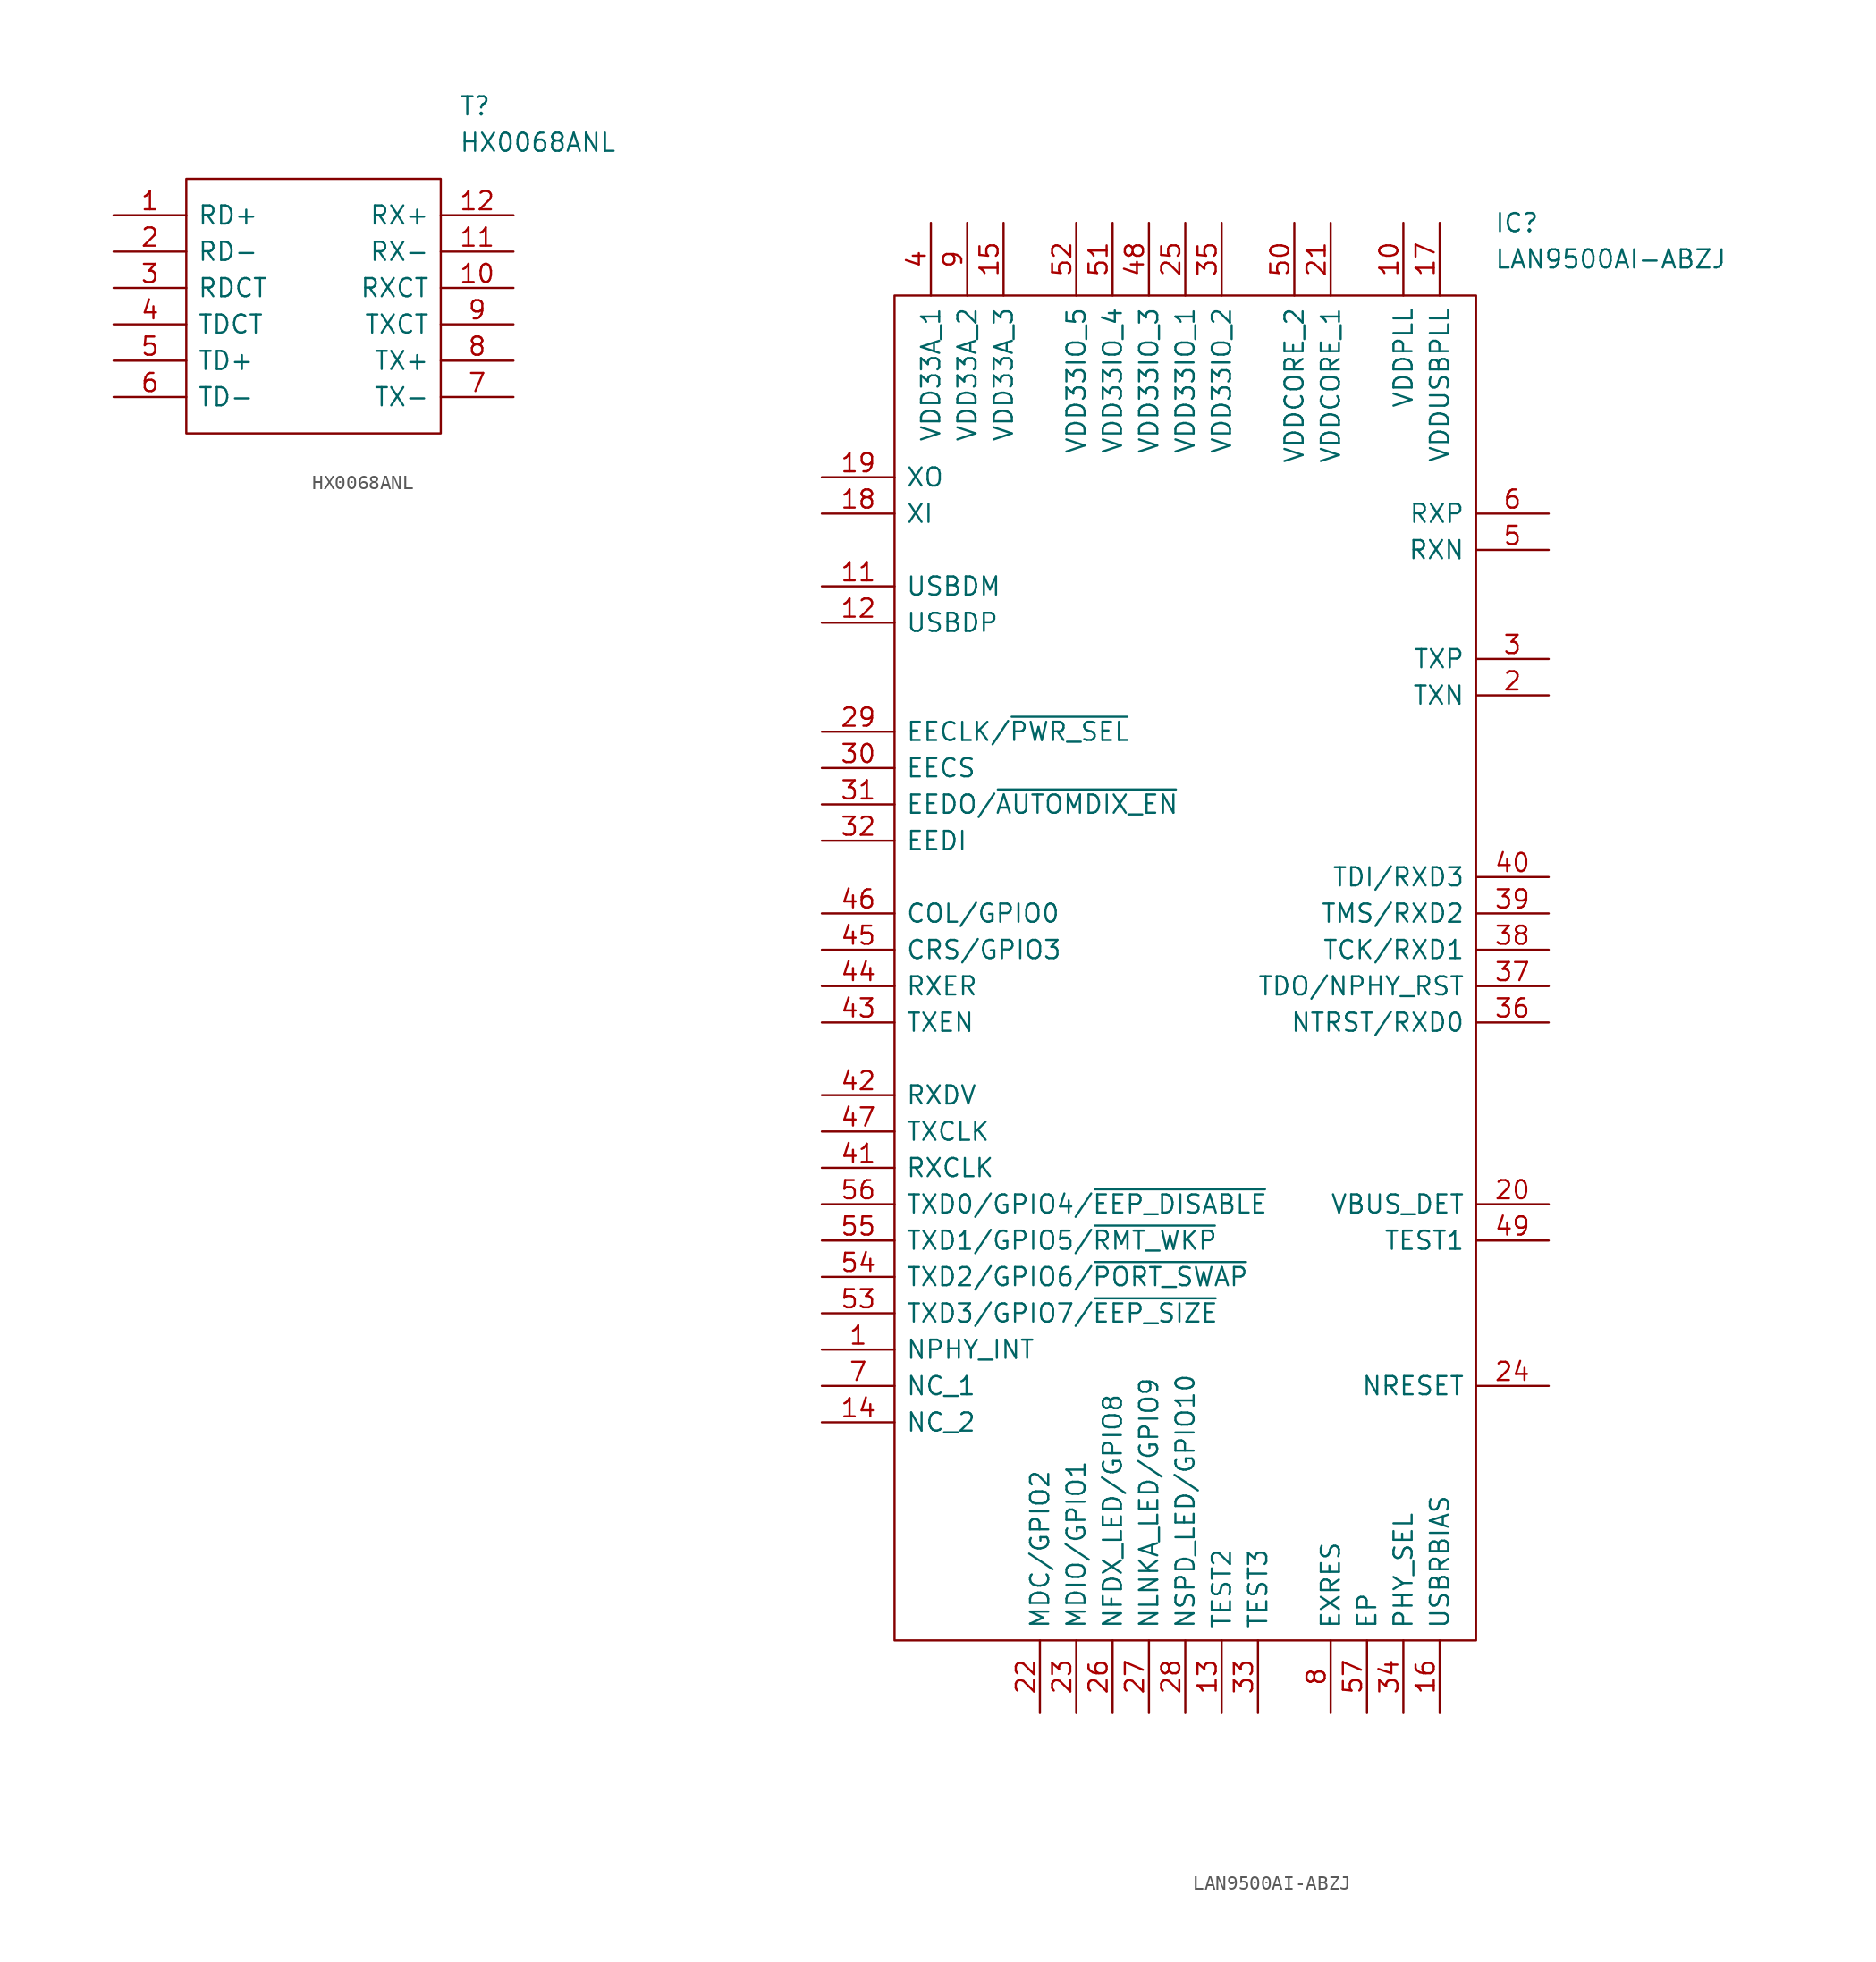
<source format=kicad_sym>
(kicad_symbol_lib
  (version 20211014)
  (generator kicad_symbol_editor)
  (symbol "HX0068ANL"
    (pin_names
      (offset 0.762))
    (property "Reference" "T"
      (at 24.13 7.62 0)
      (effects (font (size 1.27 1.27)) (justify left)))
    (property "Value" "HX0068ANL"
      (at 24.13 5.08 0)
      (effects (font (size 1.27 1.27)) (justify left)))
    (symbol "HX0068ANL_0_0"
      (pin passive line (at 0 0 0) (length 5.08) (name "RD+" (effects (font (size 1.27 1.27)))) (number "1" (effects (font (size 1.27 1.27)))))
      (pin passive line (at 27.94 -5.08 180) (length 5.08) (name "RXCT" (effects (font (size 1.27 1.27)))) (number "10" (effects (font (size 1.27 1.27)))))
      (pin passive line (at 27.94 -2.54 180) (length 5.08) (name "RX-" (effects (font (size 1.27 1.27)))) (number "11" (effects (font (size 1.27 1.27)))))
      (pin passive line (at 27.94 0 180) (length 5.08) (name "RX+" (effects (font (size 1.27 1.27)))) (number "12" (effects (font (size 1.27 1.27)))))
      (pin passive line (at 0 -2.54 0) (length 5.08) (name "RD-" (effects (font (size 1.27 1.27)))) (number "2" (effects (font (size 1.27 1.27)))))
      (pin passive line (at 0 -5.08 0) (length 5.08) (name "RDCT" (effects (font (size 1.27 1.27)))) (number "3" (effects (font (size 1.27 1.27)))))
      (pin passive line (at 0 -7.62 0) (length 5.08) (name "TDCT" (effects (font (size 1.27 1.27)))) (number "4" (effects (font (size 1.27 1.27)))))
      (pin passive line (at 0 -10.16 0) (length 5.08) (name "TD+" (effects (font (size 1.27 1.27)))) (number "5" (effects (font (size 1.27 1.27)))))
      (pin passive line (at 0 -12.7 0) (length 5.08) (name "TD-" (effects (font (size 1.27 1.27)))) (number "6" (effects (font (size 1.27 1.27)))))
      (pin passive line (at 27.94 -12.7 180) (length 5.08) (name "TX-" (effects (font (size 1.27 1.27)))) (number "7" (effects (font (size 1.27 1.27)))))
      (pin passive line (at 27.94 -10.16 180) (length 5.08) (name "TX+" (effects (font (size 1.27 1.27)))) (number "8" (effects (font (size 1.27 1.27)))))
      (pin passive line (at 27.94 -7.62 180) (length 5.08) (name "TXCT" (effects (font (size 1.27 1.27)))) (number "9" (effects (font (size 1.27 1.27))))))
    (symbol "HX0068ANL_0_1"
      (polyline (pts (xy 5.08 2.54) (xy 22.86 2.54) (xy 22.86 -15.24) (xy 5.08 -15.24) (xy 5.08 2.54)) (stroke (width 0.152) (type default) (color 0 0 0 0)) (fill (type none)))))
  (symbol "LAN9500AI-ABZJ"
    (pin_names
      (offset 0.762))
    (property "Reference" "IC"
      (at 46.99 40.64 0)
      (effects (font (size 1.27 1.27)) (justify left)))
    (property "Value" "LAN9500AI-ABZJ"
      (at 46.99 38.1 0)
      (effects (font (size 1.27 1.27)) (justify left)))
    (symbol "LAN9500AI-ABZJ_0_0"
      (pin passive line (at 0 -38.1 0) (length 5.08) (name "NPHY_INT" (effects (font (size 1.27 1.27)))) (number "1" (effects (font (size 1.27 1.27)))))
      (pin passive line (at 40.64 40.64 270) (length 5.08) (name "VDDPLL" (effects (font (size 1.27 1.27)))) (number "10" (effects (font (size 1.27 1.27)))))
      (pin passive line (at 0 15.24 0) (length 5.08) (name "USBDM" (effects (font (size 1.27 1.27)))) (number "11" (effects (font (size 1.27 1.27)))))
      (pin passive line (at 0 12.7 0) (length 5.08) (name "USBDP" (effects (font (size 1.27 1.27)))) (number "12" (effects (font (size 1.27 1.27)))))
      (pin passive line (at 27.94 -63.5 90) (length 5.08) (name "TEST2" (effects (font (size 1.27 1.27)))) (number "13" (effects (font (size 1.27 1.27)))))
      (pin passive line (at 0 -43.18 0) (length 5.08) (name "NC_2" (effects (font (size 1.27 1.27)))) (number "14" (effects (font (size 1.27 1.27)))))
      (pin passive line (at 12.7 40.64 270) (length 5.08) (name "VDD33A_3" (effects (font (size 1.27 1.27)))) (number "15" (effects (font (size 1.27 1.27)))))
      (pin passive line (at 43.18 -63.5 90) (length 5.08) (name "USBRBIAS" (effects (font (size 1.27 1.27)))) (number "16" (effects (font (size 1.27 1.27)))))
      (pin passive line (at 43.18 40.64 270) (length 5.08) (name "VDDUSBPLL" (effects (font (size 1.27 1.27)))) (number "17" (effects (font (size 1.27 1.27)))))
      (pin passive line (at 0 20.32 0) (length 5.08) (name "XI" (effects (font (size 1.27 1.27)))) (number "18" (effects (font (size 1.27 1.27)))))
      (pin passive line (at 0 22.86 0) (length 5.08) (name "XO" (effects (font (size 1.27 1.27)))) (number "19" (effects (font (size 1.27 1.27)))))
      (pin passive line (at 50.8 7.62 180) (length 5.08) (name "TXN" (effects (font (size 1.27 1.27)))) (number "2" (effects (font (size 1.27 1.27)))))
      (pin passive line (at 50.8 -27.94 180) (length 5.08) (name "VBUS_DET" (effects (font (size 1.27 1.27)))) (number "20" (effects (font (size 1.27 1.27)))))
      (pin passive line (at 35.56 40.64 270) (length 5.08) (name "VDDCORE_1" (effects (font (size 1.27 1.27)))) (number "21" (effects (font (size 1.27 1.27)))))
      (pin passive line (at 15.24 -63.5 90) (length 5.08) (name "MDC/GPIO2" (effects (font (size 1.27 1.27)))) (number "22" (effects (font (size 1.27 1.27)))))
      (pin passive line (at 17.78 -63.5 90) (length 5.08) (name "MDIO/GPIO1" (effects (font (size 1.27 1.27)))) (number "23" (effects (font (size 1.27 1.27)))))
      (pin passive line (at 50.8 -40.64 180) (length 5.08) (name "NRESET" (effects (font (size 1.27 1.27)))) (number "24" (effects (font (size 1.27 1.27)))))
      (pin passive line (at 25.4 40.64 270) (length 5.08) (name "VDD33IO_1" (effects (font (size 1.27 1.27)))) (number "25" (effects (font (size 1.27 1.27)))))
      (pin passive line (at 20.32 -63.5 90) (length 5.08) (name "NFDX_LED/GPIO8" (effects (font (size 1.27 1.27)))) (number "26" (effects (font (size 1.27 1.27)))))
      (pin passive line (at 22.86 -63.5 90) (length 5.08) (name "NLNKA_LED/GPIO9" (effects (font (size 1.27 1.27)))) (number "27" (effects (font (size 1.27 1.27)))))
      (pin passive line (at 25.4 -63.5 90) (length 5.08) (name "NSPD_LED/GPIO10" (effects (font (size 1.27 1.27)))) (number "28" (effects (font (size 1.27 1.27)))))
      (pin passive line (at 0 5.08 0) (length 5.08) (name "EECLK/~{PWR_SEL}" (effects (font (size 1.27 1.27)))) (number "29" (effects (font (size 1.27 1.27)))))
      (pin passive line (at 50.8 10.16 180) (length 5.08) (name "TXP" (effects (font (size 1.27 1.27)))) (number "3" (effects (font (size 1.27 1.27)))))
      (pin passive line (at 0 2.54 0) (length 5.08) (name "EECS" (effects (font (size 1.27 1.27)))) (number "30" (effects (font (size 1.27 1.27)))))
      (pin passive line (at 0 0 0) (length 5.08) (name "EEDO/~{AUTOMDIX_EN}" (effects (font (size 1.27 1.27)))) (number "31" (effects (font (size 1.27 1.27)))))
      (pin passive line (at 0 -2.54 0) (length 5.08) (name "EEDI" (effects (font (size 1.27 1.27)))) (number "32" (effects (font (size 1.27 1.27)))))
      (pin passive line (at 30.48 -63.5 90) (length 5.08) (name "TEST3" (effects (font (size 1.27 1.27)))) (number "33" (effects (font (size 1.27 1.27)))))
      (pin passive line (at 40.64 -63.5 90) (length 5.08) (name "PHY_SEL" (effects (font (size 1.27 1.27)))) (number "34" (effects (font (size 1.27 1.27)))))
      (pin passive line (at 27.94 40.64 270) (length 5.08) (name "VDD33IO_2" (effects (font (size 1.27 1.27)))) (number "35" (effects (font (size 1.27 1.27)))))
      (pin passive line (at 50.8 -15.24 180) (length 5.08) (name "NTRST/RXD0" (effects (font (size 1.27 1.27)))) (number "36" (effects (font (size 1.27 1.27)))))
      (pin passive line (at 50.8 -12.7 180) (length 5.08) (name "TDO/NPHY_RST" (effects (font (size 1.27 1.27)))) (number "37" (effects (font (size 1.27 1.27)))))
      (pin passive line (at 50.8 -10.16 180) (length 5.08) (name "TCK/RXD1" (effects (font (size 1.27 1.27)))) (number "38" (effects (font (size 1.27 1.27)))))
      (pin passive line (at 50.8 -7.62 180) (length 5.08) (name "TMS/RXD2" (effects (font (size 1.27 1.27)))) (number "39" (effects (font (size 1.27 1.27)))))
      (pin passive line (at 7.62 40.64 270) (length 5.08) (name "VDD33A_1" (effects (font (size 1.27 1.27)))) (number "4" (effects (font (size 1.27 1.27)))))
      (pin passive line (at 50.8 -5.08 180) (length 5.08) (name "TDI/RXD3" (effects (font (size 1.27 1.27)))) (number "40" (effects (font (size 1.27 1.27)))))
      (pin passive line (at 0 -25.4 0) (length 5.08) (name "RXCLK" (effects (font (size 1.27 1.27)))) (number "41" (effects (font (size 1.27 1.27)))))
      (pin passive line (at 0 -20.32 0) (length 5.08) (name "RXDV" (effects (font (size 1.27 1.27)))) (number "42" (effects (font (size 1.27 1.27)))))
      (pin passive line (at 0 -15.24 0) (length 5.08) (name "TXEN" (effects (font (size 1.27 1.27)))) (number "43" (effects (font (size 1.27 1.27)))))
      (pin passive line (at 0 -12.7 0) (length 5.08) (name "RXER" (effects (font (size 1.27 1.27)))) (number "44" (effects (font (size 1.27 1.27)))))
      (pin passive line (at 0 -10.16 0) (length 5.08) (name "CRS/GPIO3" (effects (font (size 1.27 1.27)))) (number "45" (effects (font (size 1.27 1.27)))))
      (pin passive line (at 0 -7.62 0) (length 5.08) (name "COL/GPIO0" (effects (font (size 1.27 1.27)))) (number "46" (effects (font (size 1.27 1.27)))))
      (pin passive line (at 0 -22.86 0) (length 5.08) (name "TXCLK" (effects (font (size 1.27 1.27)))) (number "47" (effects (font (size 1.27 1.27)))))
      (pin passive line (at 22.86 40.64 270) (length 5.08) (name "VDD33IO_3" (effects (font (size 1.27 1.27)))) (number "48" (effects (font (size 1.27 1.27)))))
      (pin passive line (at 50.8 -30.48 180) (length 5.08) (name "TEST1" (effects (font (size 1.27 1.27)))) (number "49" (effects (font (size 1.27 1.27)))))
      (pin passive line (at 50.8 17.78 180) (length 5.08) (name "RXN" (effects (font (size 1.27 1.27)))) (number "5" (effects (font (size 1.27 1.27)))))
      (pin passive line (at 33.02 40.64 270) (length 5.08) (name "VDDCORE_2" (effects (font (size 1.27 1.27)))) (number "50" (effects (font (size 1.27 1.27)))))
      (pin passive line (at 20.32 40.64 270) (length 5.08) (name "VDD33IO_4" (effects (font (size 1.27 1.27)))) (number "51" (effects (font (size 1.27 1.27)))))
      (pin passive line (at 17.78 40.64 270) (length 5.08) (name "VDD33IO_5" (effects (font (size 1.27 1.27)))) (number "52" (effects (font (size 1.27 1.27)))))
      (pin passive line (at 0 -35.56 0) (length 5.08) (name "TXD3/GPIO7/~{EEP_SIZE}" (effects (font (size 1.27 1.27)))) (number "53" (effects (font (size 1.27 1.27)))))
      (pin passive line (at 0 -33.02 0) (length 5.08) (name "TXD2/GPIO6/~{PORT_SWAP}" (effects (font (size 1.27 1.27)))) (number "54" (effects (font (size 1.27 1.27)))))
      (pin passive line (at 0 -30.48 0) (length 5.08) (name "TXD1/GPIO5/~{RMT_WKP}" (effects (font (size 1.27 1.27)))) (number "55" (effects (font (size 1.27 1.27)))))
      (pin passive line (at 0 -27.94 0) (length 5.08) (name "TXD0/GPIO4/~{EEP_DISABLE}" (effects (font (size 1.27 1.27)))) (number "56" (effects (font (size 1.27 1.27)))))
      (pin passive line (at 38.1 -63.5 90) (length 5.08) (name "EP" (effects (font (size 1.27 1.27)))) (number "57" (effects (font (size 1.27 1.27)))))
      (pin passive line (at 50.8 20.32 180) (length 5.08) (name "RXP" (effects (font (size 1.27 1.27)))) (number "6" (effects (font (size 1.27 1.27)))))
      (pin passive line (at 0 -40.64 0) (length 5.08) (name "NC_1" (effects (font (size 1.27 1.27)))) (number "7" (effects (font (size 1.27 1.27)))))
      (pin passive line (at 35.56 -63.5 90) (length 5.08) (name "EXRES" (effects (font (size 1.27 1.27)))) (number "8" (effects (font (size 1.27 1.27)))))
      (pin passive line (at 10.16 40.64 270) (length 5.08) (name "VDD33A_2" (effects (font (size 1.27 1.27)))) (number "9" (effects (font (size 1.27 1.27))))))
    (symbol "LAN9500AI-ABZJ_0_1"
      (polyline (pts (xy 5.08 35.56) (xy 45.72 35.56) (xy 45.72 -58.42) (xy 5.08 -58.42) (xy 5.08 35.56)) (stroke (width 0.152) (type default) (color 0 0 0 0)) (fill (type none))))))
</source>
